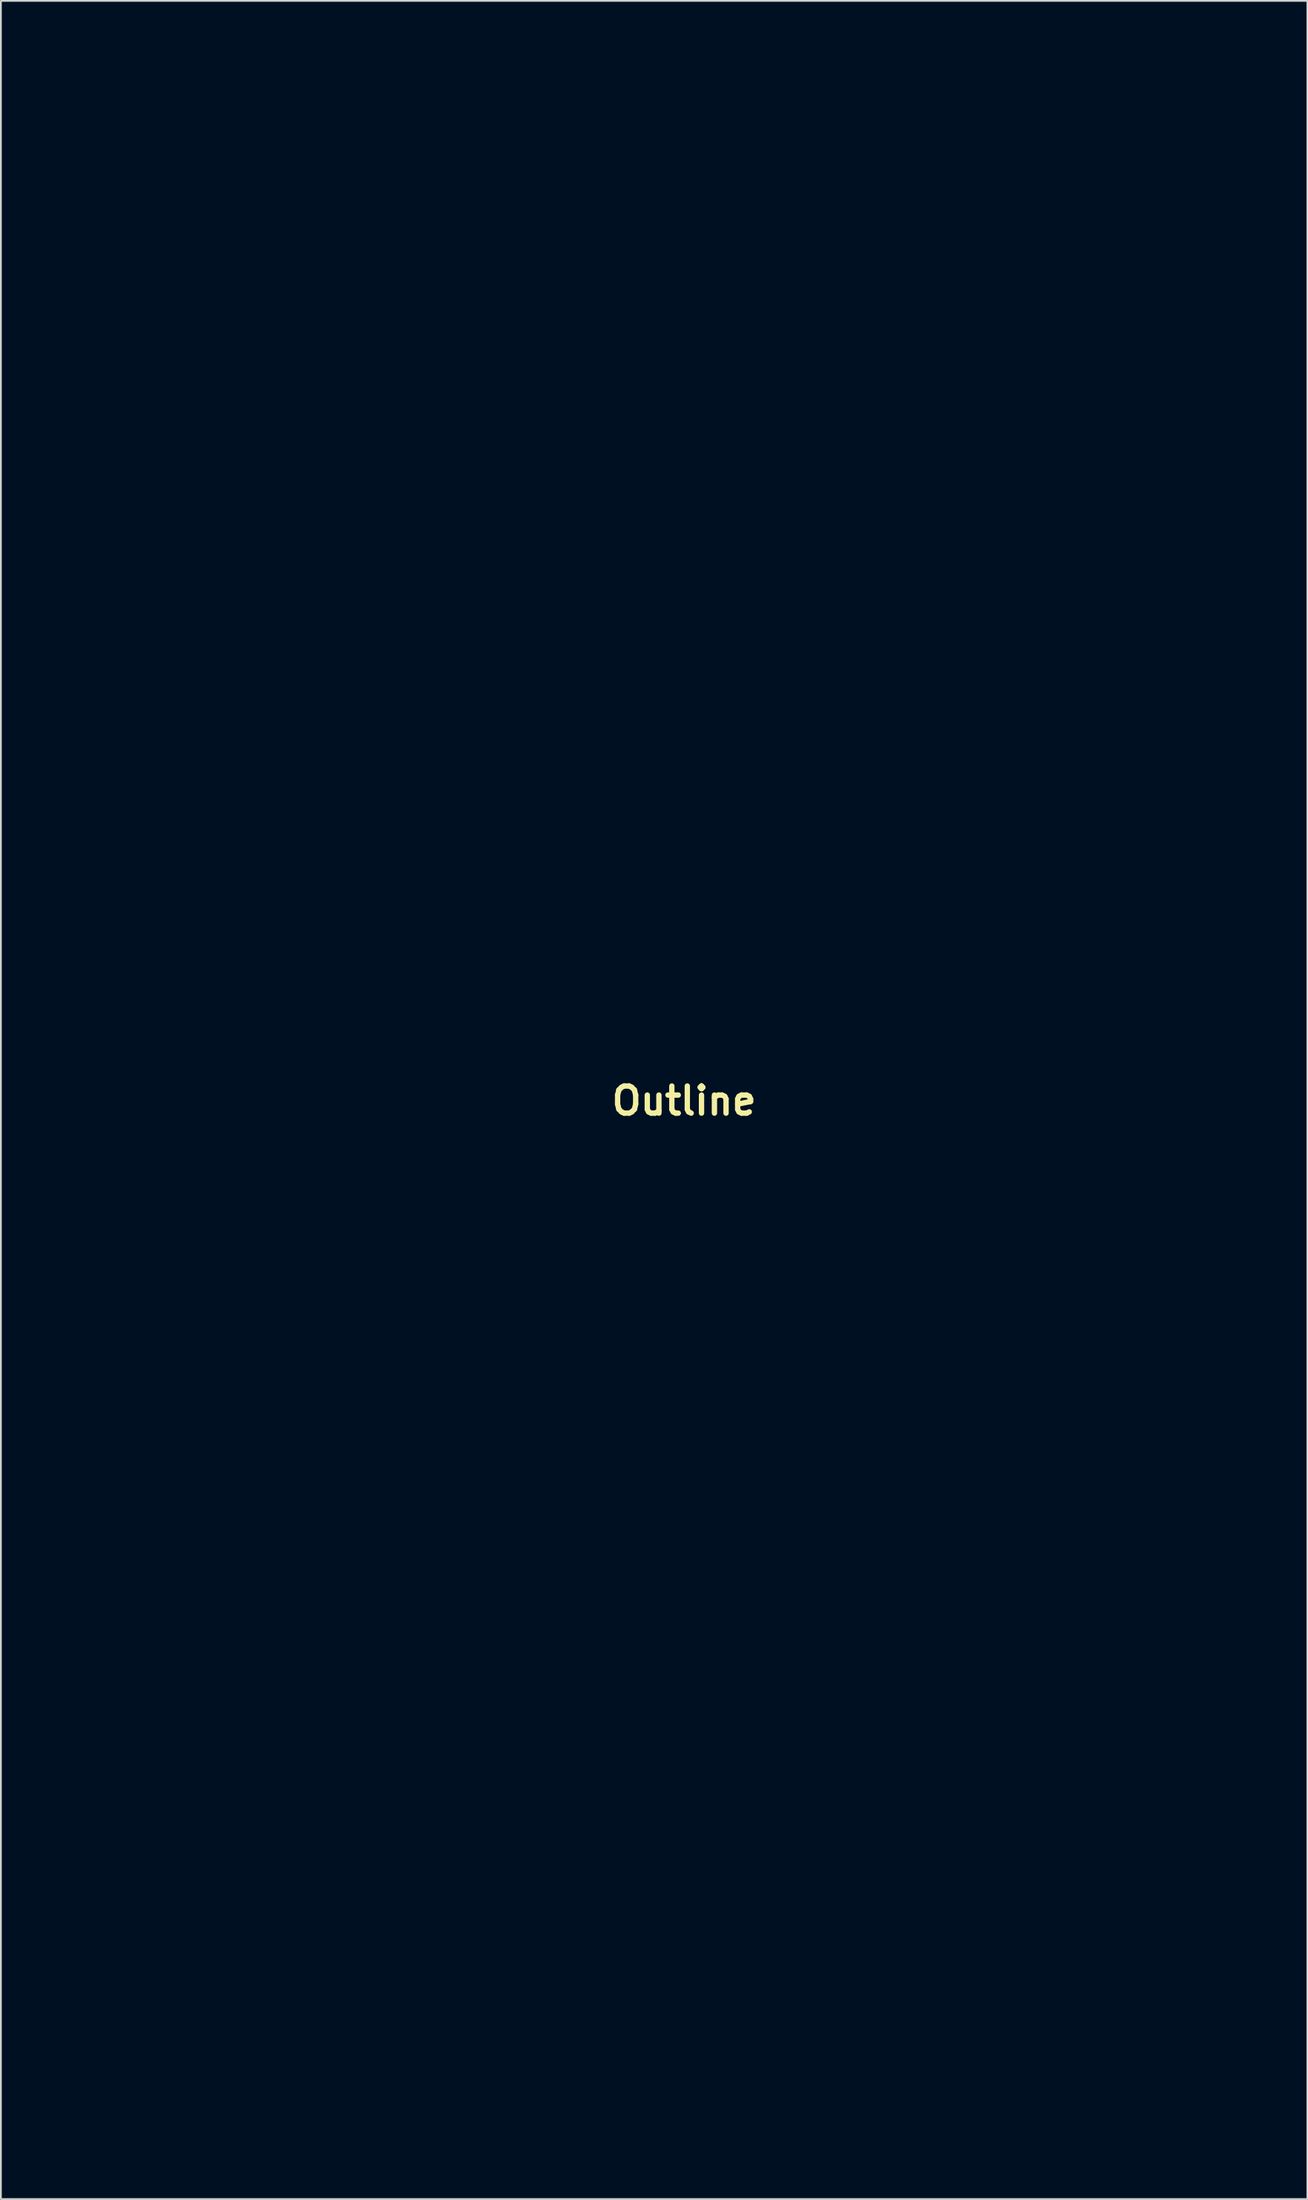
<source format=kicad_pcb>
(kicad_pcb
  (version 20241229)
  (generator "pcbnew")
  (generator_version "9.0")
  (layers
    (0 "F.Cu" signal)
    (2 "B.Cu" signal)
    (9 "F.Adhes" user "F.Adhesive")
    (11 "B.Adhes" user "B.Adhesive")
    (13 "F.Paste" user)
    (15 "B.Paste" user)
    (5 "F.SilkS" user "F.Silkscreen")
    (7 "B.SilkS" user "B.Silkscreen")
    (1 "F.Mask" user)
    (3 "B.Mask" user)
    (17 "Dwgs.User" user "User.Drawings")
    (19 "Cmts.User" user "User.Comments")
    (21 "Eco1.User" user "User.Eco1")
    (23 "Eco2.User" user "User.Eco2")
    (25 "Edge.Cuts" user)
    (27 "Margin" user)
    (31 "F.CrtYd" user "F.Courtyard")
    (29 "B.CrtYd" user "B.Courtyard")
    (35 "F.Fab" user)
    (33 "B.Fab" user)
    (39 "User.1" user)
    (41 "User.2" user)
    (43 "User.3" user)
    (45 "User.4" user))
  (footprint "Outline"
    (layer "F.Cu")
    (at 35.408 58.825)
    (property "Reference" "Outline" (at 0 0 0) (layer "F.SilkS") (effects (font (size 1.524 1.524) (thickness 0.3))))
    (attr through_hole)
    (fp_poly (pts (xy -18.223 -58.738) (xy -17.151 -58.545) (xy -16.145 -58.244) (xy -15.494 -57.965) (xy -14.701 -57.516) (xy -14.07 -57.036) (xy -13.609 -56.537) (xy -13.327 -56.03) (xy -13.236 -55.525) (xy -13.251 -55.345) (xy -13.429 -54.795) (xy -13.751 -54.344) (xy -14.185 -54.023) (xy -14.698 -53.861) (xy -14.898 -53.847) (xy -15.581 -53.76) (xy -16.172 -53.496) (xy -16.483 -53.257) (xy -16.648 -53.086) (xy -16.823 -52.854) (xy -17.021 -52.536) (xy -17.258 -52.107) (xy -17.548 -51.541) (xy -17.888 -50.851) (xy -18.204 -50.213) (xy -18.519 -49.596) (xy -18.813 -49.039) (xy -19.066 -48.578) (xy -19.258 -48.253) (xy -19.297 -48.192) (xy -19.852 -47.482) (xy -20.49 -46.867) (xy -21.165 -46.388) (xy -21.578 -46.179) (xy -21.941 -46.013) (xy -22.183 -45.856) (xy -22.369 -45.648) (xy -22.564 -45.33) (xy -22.61 -45.249) (xy -22.872 -44.836) (xy -23.206 -44.383) (xy -23.525 -44.006) (xy -24.079 -43.407) (xy -24.08 -42.506) (xy -24.124 -41.493) (xy -24.263 -40.603) (xy -24.506 -39.769) (xy -24.593 -39.542) (xy -24.736 -39.163) (xy -24.841 -38.839) (xy -24.891 -38.63) (xy -24.892 -38.609) (xy -24.823 -38.47) (xy -24.635 -38.223) (xy -24.355 -37.901) (xy -24.011 -37.538) (xy -23.948 -37.474) (xy -23.55 -37.065) (xy -23.242 -36.717) (xy -22.994 -36.383) (xy -22.776 -36.017) (xy -22.557 -35.57) (xy -22.308 -34.996) (xy -22.211 -34.766) (xy -22.016 -34.309) (xy -21.83 -33.912) (xy -21.633 -33.551) (xy -21.408 -33.202) (xy -21.135 -32.841) (xy -20.797 -32.445) (xy -20.375 -31.989) (xy -19.851 -31.451) (xy -19.206 -30.805) (xy -18.9 -30.502) (xy -18.314 -29.927) (xy -17.75 -29.383) (xy -17.231 -28.891) (xy -16.78 -28.472) (xy -16.418 -28.146) (xy -16.167 -27.936) (xy -16.104 -27.888) (xy -15.891 -27.766) (xy -15.517 -27.578) (xy -15.006 -27.335) (xy -14.384 -27.049) (xy -13.676 -26.732) (xy -12.907 -26.396) (xy -12.243 -26.11) (xy -8.89 -24.683) (xy -8.077 -24.745) (xy -7.325 -24.756) (xy -6.61 -24.684) (xy -6.553 -24.674) (xy -5.95 -24.581) (xy -5.426 -24.556) (xy -4.917 -24.603) (xy -4.356 -24.728) (xy -3.679 -24.939) (xy -2.953 -25.16) (xy -2.349 -25.278) (xy -1.812 -25.29) (xy -1.287 -25.195) (xy -0.719 -24.988) (xy -0.254 -24.769) (xy 0.273 -24.513) (xy 0.672 -24.343) (xy 0.991 -24.25) (xy 1.281 -24.22) (xy 1.589 -24.243) (xy 1.832 -24.283) (xy 2.871 -24.507) (xy 3.875 -24.789) (xy 4.793 -25.114) (xy 5.577 -25.466) (xy 5.842 -25.61) (xy 7.239 -26.359) (xy 8.675 -27.012) (xy 10.096 -27.545) (xy 11.285 -27.896) (xy 12.316 -28.157) (xy 13.3 -29.039) (xy 13.715 -29.404) (xy 14.239 -29.852) (xy 14.822 -30.343) (xy 15.413 -30.832) (xy 15.813 -31.158) (xy 17.343 -32.396) (xy 18.052 -33.851) (xy 18.64 -34.997) (xy 19.322 -36.214) (xy 20.116 -37.534) (xy 20.521 -38.179) (xy 20.862 -38.715) (xy 20.596 -39.551) (xy 20.354 -40.398) (xy 20.203 -41.162) (xy 20.13 -41.936) (xy 20.117 -42.524) (xy 20.117 -43.456) (xy 19.447 -44.258) (xy 19.131 -44.654) (xy 18.84 -45.052) (xy 18.617 -45.389) (xy 18.542 -45.52) (xy 18.356 -45.808) (xy 18.074 -46.108) (xy 17.663 -46.452) (xy 17.418 -46.638) (xy 16.475 -47.432) (xy 15.623 -48.359) (xy 14.844 -49.441) (xy 14.123 -50.699) (xy 14.02 -50.9) (xy 13.699 -51.509) (xy 13.416 -51.966) (xy 13.142 -52.311) (xy 12.845 -52.585) (xy 12.657 -52.723) (xy 12.255 -52.962) (xy 11.83 -53.132) (xy 11.318 -53.251) (xy 10.742 -53.331) (xy 10.201 -53.42) (xy 9.808 -53.566) (xy 9.514 -53.798) (xy 9.265 -54.145) (xy 9.241 -54.188) (xy 9.07 -54.681) (xy 9.064 -55.221) (xy 9.216 -55.743) (xy 9.39 -56.031) (xy 9.866 -56.536) (xy 10.504 -57.037) (xy 11.268 -57.512) (xy 12.118 -57.938) (xy 13.015 -58.293) (xy 13.614 -58.478) (xy 14.398 -58.647) (xy 15.266 -58.76) (xy 16.149 -58.814) (xy 16.976 -58.803) (xy 17.631 -58.732) (xy 18.697 -58.462) (xy 19.735 -58.025) (xy 20.755 -57.415) (xy 21.765 -56.626) (xy 22.773 -55.65) (xy 23.79 -54.481) (xy 24.283 -53.85) (xy 24.713 -53.307) (xy 25.202 -52.73) (xy 25.696 -52.181) (xy 26.137 -51.725) (xy 26.199 -51.665) (xy 27.356 -50.454) (xy 28.321 -49.22) (xy 29.106 -47.941) (xy 29.721 -46.597) (xy 30.177 -45.167) (xy 30.485 -43.637) (xy 30.624 -42.984) (xy 30.828 -42.48) (xy 30.894 -42.367) (xy 31.395 -41.41) (xy 31.78 -40.348) (xy 31.852 -40.081) (xy 31.95 -39.536) (xy 32.011 -38.86) (xy 32.035 -38.124) (xy 32.019 -37.397) (xy 31.964 -36.747) (xy 31.911 -36.424) (xy 31.724 -35.638) (xy 31.494 -34.864) (xy 31.237 -34.138) (xy 30.966 -33.497) (xy 30.697 -32.981) (xy 30.444 -32.626) (xy 30.433 -32.614) (xy 30.313 -32.477) (xy 30.251 -32.348) (xy 30.242 -32.17) (xy 30.28 -31.889) (xy 30.331 -31.598) (xy 30.463 -30.516) (xy 30.459 -29.509) (xy 30.32 -28.609) (xy 30.226 -28.286) (xy 30.079 -27.829) (xy 30.002 -27.511) (xy 29.993 -27.28) (xy 30.05 -27.087) (xy 30.171 -26.879) (xy 30.175 -26.873) (xy 30.32 -26.593) (xy 30.374 -26.3) (xy 30.331 -25.966) (xy 30.183 -25.563) (xy 29.921 -25.063) (xy 29.539 -24.439) (xy 29.472 -24.336) (xy 28.709 -23.048) (xy 28.07 -21.724) (xy 27.519 -20.289) (xy 27.427 -20.015) (xy 27.187 -19.257) (xy 26.982 -18.546) (xy 26.804 -17.84) (xy 26.643 -17.095) (xy 26.489 -16.267) (xy 26.333 -15.311) (xy 26.213 -14.512) (xy 26.011 -13.286) (xy 25.789 -12.242) (xy 25.536 -11.359) (xy 25.244 -10.616) (xy 24.903 -9.992) (xy 24.502 -9.466) (xy 24.034 -9.018) (xy 23.551 -8.667) (xy 23.15 -8.38) (xy 22.898 -8.141) (xy 22.819 -7.997) (xy 22.785 -7.79) (xy 22.733 -7.45) (xy 22.676 -7.045) (xy 22.667 -6.986) (xy 22.439 -6.028) (xy 22.026 -5.071) (xy 21.605 -4.377) (xy 21.412 -4.075) (xy 21.278 -3.825) (xy 21.234 -3.694) (xy 21.278 -3.526) (xy 21.39 -3.253) (xy 21.481 -3.063) (xy 21.821 -2.178) (xy 22.004 -1.199) (xy 22.032 -0.159) (xy 21.906 0.908) (xy 21.626 1.967) (xy 21.282 2.808) (xy 20.96 3.372) (xy 20.552 3.929) (xy 20.106 4.425) (xy 19.669 4.802) (xy 19.552 4.881) (xy 19.307 5.074) (xy 19.169 5.309) (xy 19.13 5.627) (xy 19.181 6.07) (xy 19.241 6.37) (xy 19.437 7.68) (xy 19.479 9.115) (xy 19.366 10.67) (xy 19.098 12.338) (xy 19.044 12.598) (xy 18.946 13.084) (xy 18.866 13.517) (xy 18.813 13.846) (xy 18.797 14.013) (xy 18.877 14.239) (xy 19.12 14.573) (xy 19.458 14.944) (xy 20.078 15.699) (xy 20.514 16.502) (xy 20.784 17.388) (xy 20.836 17.678) (xy 20.913 18.683) (xy 20.844 19.672) (xy 20.64 20.618) (xy 20.31 21.493) (xy 19.868 22.27) (xy 19.323 22.923) (xy 18.686 23.424) (xy 18.446 23.557) (xy 18.064 23.777) (xy 17.832 24.005) (xy 17.727 24.29) (xy 17.729 24.682) (xy 17.781 25.048) (xy 17.859 26.109) (xy 17.737 27.189) (xy 17.412 28.285) (xy 17.069 29.054) (xy 16.918 29.337) (xy 16.687 29.748) (xy 16.402 30.244) (xy 16.089 30.78) (xy 15.906 31.088) (xy 15.569 31.667) (xy 15.288 32.188) (xy 15.059 32.679) (xy 14.874 33.168) (xy 14.727 33.682) (xy 14.612 34.25) (xy 14.522 34.9) (xy 14.452 35.659) (xy 14.395 36.556) (xy 14.344 37.618) (xy 14.326 38.048) (xy 14.276 39.056) (xy 14.207 39.91) (xy 14.105 40.644) (xy 13.956 41.292) (xy 13.746 41.887) (xy 13.461 42.466) (xy 13.088 43.06) (xy 12.613 43.704) (xy 12.02 44.432) (xy 11.443 45.11) (xy 10.812 45.854) (xy 10.298 46.492) (xy 9.876 47.066) (xy 9.52 47.616) (xy 9.205 48.182) (xy 8.908 48.805) (xy 8.602 49.526) (xy 8.364 50.126) (xy 8.043 50.912) (xy 7.75 51.54) (xy 7.462 52.045) (xy 7.155 52.466) (xy 6.808 52.84) (xy 6.547 53.078) (xy 6.221 53.384) (xy 5.973 53.692) (xy 5.778 54.047) (xy 5.617 54.492) (xy 5.465 55.074) (xy 5.39 55.411) (xy 5.142 56.352) (xy 4.835 57.113) (xy 4.458 57.714) (xy 4 58.171) (xy 3.536 58.462) (xy 2.905 58.671) (xy 2.222 58.72) (xy 1.564 58.602) (xy 1.508 58.583) (xy 0.9 58.309) (xy 0.31 57.919) (xy -0.299 57.386) (xy -0.66 57.017) (xy -1.452 56.183) (xy -2.132 55.486) (xy -2.717 54.911) (xy -3.227 54.44) (xy -3.68 54.055) (xy -4.094 53.741) (xy -4.489 53.48) (xy -4.553 53.442) (xy -5.33 52.972) (xy -5.955 52.586) (xy -6.452 52.266) (xy -6.843 51.995) (xy -7.154 51.755) (xy -7.407 51.529) (xy -7.627 51.299) (xy -7.838 51.048) (xy -7.849 51.034) (xy -8.128 50.715) (xy -8.517 50.307) (xy -8.976 49.853) (xy -9.46 49.397) (xy -9.688 49.192) (xy -10.698 48.23) (xy -11.575 47.251) (xy -12.384 46.181) (xy -12.729 45.669) (xy -12.985 45.303) (xy -13.33 44.847) (xy -13.717 44.36) (xy -14.065 43.942) (xy -14.665 43.194) (xy -15.133 42.495) (xy -15.507 41.779) (xy -15.823 40.982) (xy -15.904 40.742) (xy -16.165 40.073) (xy -16.48 39.531) (xy -16.641 39.319) (xy -16.937 38.916) (xy -17.23 38.454) (xy -17.402 38.139) (xy -17.571 37.817) (xy -17.729 37.6) (xy -17.933 37.435) (xy -18.239 37.269) (xy -18.43 37.177) (xy -19.243 36.682) (xy -19.766 36.224) (xy -20.253 35.676) (xy -20.607 35.12) (xy -20.843 34.511) (xy -20.978 33.806) (xy -21.028 32.959) (xy -21.029 32.81) (xy -20.997 32.035) (xy -20.889 31.4) (xy -20.689 30.853) (xy -20.385 30.341) (xy -20.373 30.324) (xy -20.18 30.014) (xy -20.05 29.735) (xy -20.015 29.588) (xy -20.059 29.405) (xy -20.176 29.089) (xy -20.349 28.687) (xy -20.523 28.315) (xy -20.926 27.37) (xy -21.259 26.348) (xy -21.496 25.335) (xy -21.593 24.676) (xy -21.657 24.122) (xy -21.728 23.729) (xy -21.83 23.456) (xy -21.985 23.26) (xy -22.214 23.101) (xy -22.528 22.943) (xy -23.158 22.573) (xy -23.705 22.111) (xy -24.122 21.6) (xy -24.286 21.3) (xy -24.554 20.479) (xy -24.654 19.636) (xy -24.591 18.807) (xy -24.371 18.025) (xy -24 17.326) (xy -23.54 16.793) (xy -23.212 16.52) (xy -22.866 16.275) (xy -22.679 16.166) (xy -22.367 15.971) (xy -22.206 15.749) (xy -22.151 15.425) (xy -22.149 15.294) (xy -22.185 14.983) (xy -22.285 14.529) (xy -22.437 13.977) (xy -22.626 13.373) (xy -22.841 12.76) (xy -22.963 12.441) (xy -23.394 11.123) (xy -23.636 9.799) (xy -23.689 8.453) (xy -23.555 7.066) (xy -23.233 5.623) (xy -23.122 5.245) (xy -22.987 4.761) (xy -22.946 4.409) (xy -23.016 4.136) (xy -23.211 3.888) (xy -23.549 3.61) (xy -23.623 3.555) (xy -24.146 3.089) (xy -24.656 2.492) (xy -25.104 1.831) (xy -25.435 1.176) (xy -25.441 1.162) (xy -25.64 0.582) (xy -25.811 -0.076) (xy -25.937 -0.732) (xy -26.003 -1.311) (xy -26.008 -1.494) (xy -25.904 -2.49) (xy -25.608 -3.468) (xy -25.13 -4.403) (xy -24.481 -5.271) (xy -24.257 -5.513) (xy -23.926 -5.86) (xy -23.715 -6.125) (xy -23.615 -6.364) (xy -23.614 -6.632) (xy -23.702 -6.982) (xy -23.866 -7.468) (xy -24.005 -7.883) (xy -24.138 -8.302) (xy -24.205 -8.53) (xy -24.283 -8.766) (xy -24.383 -8.928) (xy -24.555 -9.06) (xy -24.845 -9.203) (xy -25.046 -9.292) (xy -25.873 -9.681) (xy -26.559 -10.077) (xy -27.161 -10.515) (xy -27.583 -10.885) (xy -27.939 -11.231) (xy -28.232 -11.553) (xy -28.472 -11.88) (xy -28.669 -12.238) (xy -28.834 -12.656) (xy -28.978 -13.16) (xy -29.11 -13.778) (xy -29.241 -14.537) (xy -29.382 -15.465) (xy -29.414 -15.689) (xy -29.593 -16.864) (xy -29.769 -17.87) (xy -29.949 -18.741) (xy -30.14 -19.509) (xy -30.349 -20.209) (xy -30.549 -20.777) (xy -31.215 -22.285) (xy -32.046 -23.701) (xy -33.021 -24.993) (xy -33.305 -25.315) (xy -33.755 -25.856) (xy -34.03 -26.32) (xy -34.134 -26.734) (xy -34.069 -27.122) (xy -33.836 -27.509) (xy -33.504 -27.861) (xy -32.992 -28.341) (xy -33.076 -28.826) (xy -33.108 -29.107) (xy -33.138 -29.538) (xy -33.162 -30.065) (xy -33.178 -30.636) (xy -33.181 -30.785) (xy -33.189 -31.318) (xy -33.197 -31.783) (xy -33.205 -32.14) (xy -33.211 -32.349) (xy -33.212 -32.381) (xy -33.288 -32.514) (xy -33.472 -32.725) (xy -33.638 -32.887) (xy -34.043 -33.33) (xy -34.458 -33.898) (xy -34.837 -34.521) (xy -35.133 -35.13) (xy -35.163 -35.204) (xy -35.261 -35.478) (xy -35.328 -35.741) (xy -35.371 -36.042) (xy -35.393 -36.428) (xy -35.402 -36.948) (xy -35.403 -37.236) (xy -34.987 -37.236) (xy -34.932 -36.326) (xy -34.748 -35.506) (xy -34.417 -34.737) (xy -33.924 -33.98) (xy -33.327 -33.276) (xy -33.049 -32.96) (xy -32.834 -32.681) (xy -32.715 -32.484) (xy -32.702 -32.438) (xy -32.699 -32.269) (xy -32.7 -31.944) (xy -32.705 -31.513) (xy -32.712 -31.071) (xy -32.711 -30.511) (xy -32.687 -29.941) (xy -32.646 -29.44) (xy -32.609 -29.173) (xy -32.544 -28.649) (xy -32.581 -28.252) (xy -32.739 -27.923) (xy -33.038 -27.603) (xy -33.183 -27.479) (xy -33.494 -27.174) (xy -33.637 -26.882) (xy -33.612 -26.573) (xy -33.415 -26.215) (xy -33.115 -25.85) (xy -32.61 -25.258) (xy -32.088 -24.585) (xy -31.594 -23.895) (xy -31.176 -23.251) (xy -31.017 -22.981) (xy -30.566 -22.102) (xy -30.175 -21.178) (xy -29.835 -20.18) (xy -29.538 -19.079) (xy -29.277 -17.845) (xy -29.041 -16.449) (xy -28.952 -15.834) (xy -28.818 -14.907) (xy -28.696 -14.154) (xy -28.578 -13.547) (xy -28.453 -13.059) (xy -28.314 -12.662) (xy -28.15 -12.328) (xy -27.953 -12.03) (xy -27.713 -11.739) (xy -27.551 -11.562) (xy -26.647 -10.741) (xy -25.657 -10.104) (xy -24.965 -9.786) (xy -24.442 -9.551) (xy -24.084 -9.303) (xy -23.85 -9.003) (xy -23.703 -8.612) (xy -23.668 -8.46) (xy -23.565 -8.051) (xy -23.42 -7.573) (xy -23.299 -7.227) (xy -23.156 -6.8) (xy -23.102 -6.458) (xy -23.15 -6.156) (xy -23.313 -5.847) (xy -23.607 -5.486) (xy -23.921 -5.154) (xy -24.577 -4.384) (xy -25.047 -3.608) (xy -25.345 -2.792) (xy -25.484 -1.902) (xy -25.499 -1.48) (xy -25.42 -0.534) (xy -25.19 0.408) (xy -24.826 1.297) (xy -24.348 2.086) (xy -23.878 2.631) (xy -23.53 2.964) (xy -23.173 3.296) (xy -22.881 3.558) (xy -22.873 3.565) (xy -22.656 3.781) (xy -22.519 4.005) (xy -22.46 4.271) (xy -22.477 4.617) (xy -22.569 5.077) (xy -22.733 5.689) (xy -22.755 5.766) (xy -23.046 6.934) (xy -23.208 8.006) (xy -23.237 9.028) (xy -23.132 10.048) (xy -22.89 11.111) (xy -22.51 12.264) (xy -22.418 12.505) (xy -22.158 13.23) (xy -21.938 13.938) (xy -21.772 14.586) (xy -21.669 15.13) (xy -21.641 15.471) (xy -21.669 15.75) (xy -21.783 15.978) (xy -22.022 16.236) (xy -22.028 16.243) (xy -22.357 16.523) (xy -22.724 16.788) (xy -22.847 16.865) (xy -23.336 17.263) (xy -23.727 17.809) (xy -24.003 18.462) (xy -24.146 19.184) (xy -24.15 19.823) (xy -24.01 20.621) (xy -23.729 21.288) (xy -23.29 21.843) (xy -22.681 22.307) (xy -22.215 22.555) (xy -21.847 22.752) (xy -21.583 22.964) (xy -21.399 23.233) (xy -21.272 23.602) (xy -21.178 24.111) (xy -21.135 24.435) (xy -20.944 25.585) (xy -20.657 26.646) (xy -20.247 27.711) (xy -20.055 28.13) (xy -19.833 28.625) (xy -19.657 29.069) (xy -19.543 29.419) (xy -19.507 29.614) (xy -19.589 29.964) (xy -19.817 30.369) (xy -19.831 30.389) (xy -20.265 31.154) (xy -20.532 32.006) (xy -20.584 32.335) (xy -20.599 32.862) (xy -20.546 33.482) (xy -20.437 34.108) (xy -20.286 34.651) (xy -20.22 34.818) (xy -19.911 35.333) (xy -19.461 35.849) (xy -18.924 36.31) (xy -18.357 36.664) (xy -18.295 36.694) (xy -17.848 36.916) (xy -17.537 37.112) (xy -17.311 37.33) (xy -17.118 37.618) (xy -16.944 37.948) (xy -16.7 38.374) (xy -16.399 38.818) (xy -16.205 39.067) (xy -15.965 39.387) (xy -15.761 39.754) (xy -15.563 40.225) (xy -15.405 40.673) (xy -15.178 41.316) (xy -14.959 41.837) (xy -14.713 42.294) (xy -14.41 42.744) (xy -14.015 43.242) (xy -13.699 43.613) (xy -13.312 44.082) (xy -12.875 44.647) (xy -12.446 45.233) (xy -12.126 45.695) (xy -11.787 46.182) (xy -11.423 46.658) (xy -11.01 47.146) (xy -10.528 47.673) (xy -9.953 48.261) (xy -9.264 48.935) (xy -8.585 49.581) (xy -8.174 49.98) (xy -7.766 50.392) (xy -7.414 50.765) (xy -7.204 51.003) (xy -6.947 51.279) (xy -6.633 51.55) (xy -6.225 51.843) (xy -5.687 52.185) (xy -5.382 52.369) (xy -4.472 52.928) (xy -3.713 53.431) (xy -3.069 53.907) (xy -2.506 54.383) (xy -1.989 54.885) (xy -1.676 55.22) (xy -1.024 55.936) (xy -0.481 56.512) (xy -0.027 56.967) (xy 0.357 57.318) (xy 0.692 57.585) (xy 0.997 57.786) (xy 1.239 57.913) (xy 1.932 58.157) (xy 2.586 58.216) (xy 3.18 58.092) (xy 3.344 58.018) (xy 3.792 57.713) (xy 4.169 57.281) (xy 4.486 56.704) (xy 4.753 55.962) (xy 4.962 55.13) (xy 5.126 54.446) (xy 5.303 53.915) (xy 5.521 53.486) (xy 5.804 53.11) (xy 6.18 52.737) (xy 6.263 52.663) (xy 6.562 52.39) (xy 6.808 52.132) (xy 7.021 51.857) (xy 7.219 51.531) (xy 7.423 51.123) (xy 7.65 50.599) (xy 7.92 49.927) (xy 8.021 49.669) (xy 8.378 48.811) (xy 8.755 48.032) (xy 9.179 47.291) (xy 9.672 46.55) (xy 10.261 45.768) (xy 10.971 44.906) (xy 11.245 44.587) (xy 11.837 43.89) (xy 12.306 43.3) (xy 12.676 42.785) (xy 12.969 42.311) (xy 13.208 41.843) (xy 13.365 41.48) (xy 13.503 41.096) (xy 13.613 40.681) (xy 13.699 40.203) (xy 13.766 39.631) (xy 13.818 38.93) (xy 13.859 38.07) (xy 13.871 37.744) (xy 13.922 36.642) (xy 13.993 35.621) (xy 14.083 34.705) (xy 14.187 33.919) (xy 14.304 33.288) (xy 14.42 32.864) (xy 14.539 32.587) (xy 14.741 32.183) (xy 15.004 31.693) (xy 15.303 31.164) (xy 15.478 30.866) (xy 16.067 29.848) (xy 16.537 28.964) (xy 16.896 28.187) (xy 17.15 27.493) (xy 17.308 26.854) (xy 17.378 26.246) (xy 17.366 25.642) (xy 17.28 25.018) (xy 17.25 24.865) (xy 17.187 24.511) (xy 17.182 24.271) (xy 17.242 24.064) (xy 17.326 23.893) (xy 17.615 23.537) (xy 18.079 23.224) (xy 18.792 22.73) (xy 19.39 22.082) (xy 19.862 21.302) (xy 20.197 20.411) (xy 20.385 19.431) (xy 20.422 18.734) (xy 20.365 17.79) (xy 20.183 16.976) (xy 19.859 16.25) (xy 19.377 15.569) (xy 18.983 15.144) (xy 18.658 14.816) (xy 18.452 14.588) (xy 18.341 14.415) (xy 18.299 14.253) (xy 18.302 14.057) (xy 18.312 13.947) (xy 18.351 13.66) (xy 18.425 13.233) (xy 18.524 12.719) (xy 18.637 12.177) (xy 18.645 12.141) (xy 18.752 11.632) (xy 18.83 11.198) (xy 18.882 10.785) (xy 18.915 10.342) (xy 18.932 9.815) (xy 18.939 9.152) (xy 18.94 8.941) (xy 18.938 8.202) (xy 18.925 7.629) (xy 18.899 7.186) (xy 18.857 6.834) (xy 18.796 6.538) (xy 18.769 6.437) (xy 18.651 5.995) (xy 18.594 5.658) (xy 18.615 5.381) (xy 18.728 5.122) (xy 18.95 4.837) (xy 19.295 4.482) (xy 19.555 4.23) (xy 19.987 3.802) (xy 20.301 3.458) (xy 20.534 3.15) (xy 20.724 2.83) (xy 20.875 2.522) (xy 21.263 1.511) (xy 21.482 0.509) (xy 21.549 -0.51) (xy 21.524 -1.215) (xy 21.434 -1.799) (xy 21.265 -2.337) (xy 21.058 -2.791) (xy 20.85 -3.317) (xy 20.812 -3.782) (xy 20.947 -4.238) (xy 21.159 -4.602) (xy 21.669 -5.459) (xy 22.026 -6.292) (xy 22.218 -7.075) (xy 22.251 -7.511) (xy 22.33 -8.074) (xy 22.576 -8.53) (xy 23.001 -8.902) (xy 23.114 -8.971) (xy 23.561 -9.251) (xy 23.901 -9.53) (xy 24.199 -9.871) (xy 24.501 -10.304) (xy 24.89 -11.04) (xy 25.222 -11.969) (xy 25.496 -13.091) (xy 25.704 -14.333) (xy 25.969 -16.076) (xy 26.269 -17.645) (xy 26.612 -19.066) (xy 27.007 -20.368) (xy 27.462 -21.577) (xy 27.988 -22.721) (xy 28.593 -23.827) (xy 29.075 -24.603) (xy 29.437 -25.184) (xy 29.68 -25.639) (xy 29.812 -25.999) (xy 29.842 -26.296) (xy 29.779 -26.561) (xy 29.679 -26.752) (xy 29.534 -27.038) (xy 29.479 -27.319) (xy 29.516 -27.647) (xy 29.646 -28.078) (xy 29.732 -28.309) (xy 29.915 -28.927) (xy 30.005 -29.604) (xy 30 -30.371) (xy 29.902 -31.257) (xy 29.713 -32.281) (xy 29.742 -32.51) (xy 29.93 -32.798) (xy 30.012 -32.893) (xy 30.211 -33.167) (xy 30.44 -33.56) (xy 30.658 -34.004) (xy 30.725 -34.16) (xy 31.193 -35.505) (xy 31.476 -36.822) (xy 31.573 -38.102) (xy 31.486 -39.331) (xy 31.214 -40.501) (xy 30.757 -41.6) (xy 30.535 -41.998) (xy 30.358 -42.325) (xy 30.221 -42.676) (xy 30.103 -43.106) (xy 29.988 -43.673) (xy 29.971 -43.77) (xy 29.618 -45.311) (xy 29.128 -46.721) (xy 28.49 -48.029) (xy 27.83 -49.073) (xy 27.578 -49.401) (xy 27.219 -49.831) (xy 26.787 -50.32) (xy 26.319 -50.829) (xy 25.958 -51.206) (xy 25.459 -51.733) (xy 24.941 -52.304) (xy 24.449 -52.869) (xy 24.028 -53.375) (xy 23.817 -53.645) (xy 22.828 -54.868) (xy 21.85 -55.895) (xy 20.871 -56.733) (xy 19.881 -57.389) (xy 18.869 -57.87) (xy 17.825 -58.181) (xy 16.737 -58.329) (xy 16.205 -58.345) (xy 15.02 -58.264) (xy 13.845 -58.037) (xy 12.716 -57.678) (xy 11.671 -57.201) (xy 10.746 -56.618) (xy 10.133 -56.101) (xy 9.756 -55.675) (xy 9.557 -55.287) (xy 9.526 -54.902) (xy 9.646 -54.499) (xy 9.803 -54.209) (xy 10 -54.009) (xy 10.28 -53.877) (xy 10.685 -53.791) (xy 11.132 -53.74) (xy 11.835 -53.629) (xy 12.443 -53.421) (xy 12.979 -53.096) (xy 13.468 -52.635) (xy 13.935 -52.018) (xy 14.404 -51.224) (xy 14.527 -50.991) (xy 15.282 -49.68) (xy 16.1 -48.556) (xy 16.99 -47.607) (xy 17.959 -46.822) (xy 18.125 -46.71) (xy 18.574 -46.327) (xy 18.933 -45.813) (xy 18.944 -45.793) (xy 19.167 -45.436) (xy 19.473 -45.01) (xy 19.806 -44.593) (xy 19.895 -44.49) (xy 20.19 -44.149) (xy 20.374 -43.906) (xy 20.474 -43.709) (xy 20.515 -43.505) (xy 20.523 -43.243) (xy 20.523 -43.22) (xy 20.561 -42.384) (xy 20.665 -41.481) (xy 20.823 -40.599) (xy 21.021 -39.825) (xy 21.038 -39.771) (xy 21.186 -39.274) (xy 21.26 -38.921) (xy 21.269 -38.669) (xy 21.247 -38.551) (xy 21.159 -38.354) (xy 20.982 -38.032) (xy 20.741 -37.627) (xy 20.461 -37.183) (xy 20.429 -37.135) (xy 20.151 -36.685) (xy 19.813 -36.103) (xy 19.444 -35.44) (xy 19.072 -34.745) (xy 18.726 -34.07) (xy 18.714 -34.046) (xy 17.729 -32.074) (xy 16.277 -30.909) (xy 15.719 -30.456) (xy 15.131 -29.968) (xy 14.566 -29.49) (xy 14.077 -29.067) (xy 13.852 -28.867) (xy 13.468 -28.523) (xy 13.123 -28.218) (xy 12.853 -27.986) (xy 12.695 -27.856) (xy 12.687 -27.851) (xy 12.514 -27.769) (xy 12.192 -27.656) (xy 11.769 -27.526) (xy 11.355 -27.412) (xy 10.305 -27.095) (xy 9.175 -26.677) (xy 8.039 -26.19) (xy 6.974 -25.665) (xy 6.756 -25.547) (xy 6.103 -25.19) (xy 5.575 -24.916) (xy 5.123 -24.705) (xy 4.699 -24.535) (xy 4.253 -24.388) (xy 3.735 -24.241) (xy 3.32 -24.133) (xy 2.567 -23.949) (xy 1.962 -23.829) (xy 1.462 -23.777) (xy 1.021 -23.793) (xy 0.595 -23.88) (xy 0.139 -24.04) (xy -0.391 -24.275) (xy -0.452 -24.304) (xy -1.062 -24.576) (xy -1.557 -24.745) (xy -1.998 -24.814) (xy -2.443 -24.788) (xy -2.95 -24.67) (xy -3.505 -24.489) (xy -4.155 -24.272) (xy -4.669 -24.129) (xy -5.095 -24.052) (xy -5.483 -24.036) (xy -5.884 -24.075) (xy -6.247 -24.141) (xy -6.915 -24.242) (xy -7.598 -24.265) (xy -8.009 -24.247) (xy -8.956 -24.185) (xy -12.386 -25.644) (xy -13.188 -25.988) (xy -13.946 -26.317) (xy -14.636 -26.62) (xy -15.234 -26.888) (xy -15.716 -27.109) (xy -16.057 -27.272) (xy -16.228 -27.363) (xy -16.459 -27.537) (xy -16.808 -27.833) (xy -17.25 -28.228) (xy -17.76 -28.7) (xy -18.315 -29.223) (xy -18.889 -29.776) (xy -19.46 -30.335) (xy -20.003 -30.875) (xy -20.493 -31.375) (xy -20.906 -31.809) (xy -21.219 -32.156) (xy -21.367 -32.337) (xy -21.961 -33.184) (xy -22.424 -34) (xy -22.798 -34.86) (xy -22.808 -34.887) (xy -22.989 -35.351) (xy -23.154 -35.718) (xy -23.335 -36.033) (xy -23.563 -36.343) (xy -23.867 -36.692) (xy -24.278 -37.126) (xy -24.399 -37.251) (xy -24.836 -37.712) (xy -25.136 -38.059) (xy -25.317 -38.312) (xy -25.394 -38.492) (xy -25.4 -38.544) (xy -25.363 -38.764) (xy -25.266 -39.102) (xy -25.129 -39.491) (xy -25.108 -39.545) (xy -24.859 -40.241) (xy -24.7 -40.878) (xy -24.615 -41.539) (xy -24.587 -42.308) (xy -24.587 -42.377) (xy -24.576 -42.938) (xy -24.529 -43.351) (xy -24.428 -43.67) (xy -24.251 -43.951) (xy -23.98 -44.247) (xy -23.876 -44.348) (xy -23.616 -44.642) (xy -23.326 -45.039) (xy -23.065 -45.456) (xy -23.041 -45.498) (xy -22.838 -45.856) (xy -22.67 -46.097) (xy -22.483 -46.27) (xy -22.223 -46.424) (xy -21.835 -46.61) (xy -21.806 -46.623) (xy -21.356 -46.849) (xy -20.996 -47.082) (xy -20.656 -47.375) (xy -20.285 -47.757) (xy -20.054 -48.014) (xy -19.853 -48.263) (xy -19.662 -48.533) (xy -19.464 -48.855) (xy -19.242 -49.259) (xy -18.976 -49.773) (xy -18.651 -50.429) (xy -18.483 -50.77) (xy -18.117 -51.503) (xy -17.777 -52.157) (xy -17.476 -52.707) (xy -17.228 -53.128) (xy -17.046 -53.394) (xy -17.014 -53.433) (xy -16.483 -53.884) (xy -15.839 -54.178) (xy -15.189 -54.311) (xy -14.626 -54.413) (xy -14.226 -54.577) (xy -13.958 -54.82) (xy -13.87 -54.962) (xy -13.728 -55.408) (xy -13.773 -55.843) (xy -14.011 -56.276) (xy -14.445 -56.718) (xy -14.651 -56.882) (xy -15.589 -57.465) (xy -16.657 -57.9) (xy -17.843 -58.183) (xy -19.134 -58.31) (xy -19.528 -58.317) (xy -20.285 -58.3) (xy -20.907 -58.239) (xy -21.461 -58.119) (xy -22.013 -57.927) (xy -22.532 -57.696) (xy -23.29 -57.244) (xy -24.025 -56.64) (xy -24.685 -55.932) (xy -25.217 -55.17) (xy -25.226 -55.154) (xy -25.467 -54.778) (xy -25.725 -54.476) (xy -26.06 -54.187) (xy -26.395 -53.943) (xy -27.06 -53.456) (xy -27.571 -53.025) (xy -27.96 -52.619) (xy -28.257 -52.209) (xy -28.329 -52.087) (xy -28.466 -51.872) (xy -28.706 -51.52) (xy -29.032 -51.057) (xy -29.426 -50.509) (xy -29.869 -49.901) (xy -30.342 -49.259) (xy -30.469 -49.089) (xy -31.061 -48.292) (xy -31.543 -47.636) (xy -31.931 -47.099) (xy -32.239 -46.657) (xy -32.48 -46.291) (xy -32.668 -45.978) (xy -32.818 -45.696) (xy -32.944 -45.424) (xy -33.06 -45.14) (xy -33.105 -45.021) (xy -33.227 -44.664) (xy -33.302 -44.336) (xy -33.341 -43.966) (xy -33.352 -43.486) (xy -33.351 -43.282) (xy -33.342 -42.215) (xy -33.941 -40.996) (xy -34.369 -40.058) (xy -34.675 -39.227) (xy -34.871 -38.457) (xy -34.969 -37.705) (xy -34.987 -37.236) (xy -35.403 -37.236) (xy -35.401 -37.817) (xy -35.388 -38.25) (xy -35.356 -38.591) (xy -35.298 -38.896) (xy -35.206 -39.22) (xy -35.072 -39.619) (xy -35.07 -39.624) (xy -34.864 -40.167) (xy -34.613 -40.757) (xy -34.362 -41.289) (xy -34.295 -41.418) (xy -34.108 -41.778) (xy -33.981 -42.057) (xy -33.902 -42.313) (xy -33.856 -42.606) (xy -33.83 -42.993) (xy -33.811 -43.45) (xy -33.79 -43.93) (xy -33.755 -44.352) (xy -33.697 -44.738) (xy -33.604 -45.108) (xy -33.467 -45.484) (xy -33.274 -45.887) (xy -33.016 -46.337) (xy -32.681 -46.856) (xy -32.259 -47.464) (xy -31.74 -48.184) (xy -31.114 -49.035) (xy -30.809 -49.445) (xy -30.331 -50.094) (xy -29.882 -50.711) (xy -29.48 -51.273) (xy -29.142 -51.755) (xy -28.886 -52.132) (xy -28.729 -52.379) (xy -28.701 -52.43) (xy -28.449 -52.824) (xy -28.08 -53.233) (xy -27.573 -53.676) (xy -26.904 -54.176) (xy -26.795 -54.252) (xy -26.344 -54.589) (xy -26.008 -54.905) (xy -25.724 -55.266) (xy -25.558 -55.519) (xy -24.902 -56.408) (xy -24.12 -57.198) (xy -23.251 -57.854) (xy -22.333 -58.343) (xy -22.256 -58.375) (xy -21.378 -58.641) (xy -20.382 -58.789) (xy -19.316 -58.82) (xy -18.223 -58.738)) (stroke (width 0.01) (type solid)) (fill no) (layer "Eco1.User")))
  (gr_rect
    (start -3 -3)
    (end 70.448 120.55)
    (stroke (width 0.1) (type default))
    (fill no)
    (layer "Edge.Cuts")))
</source>
